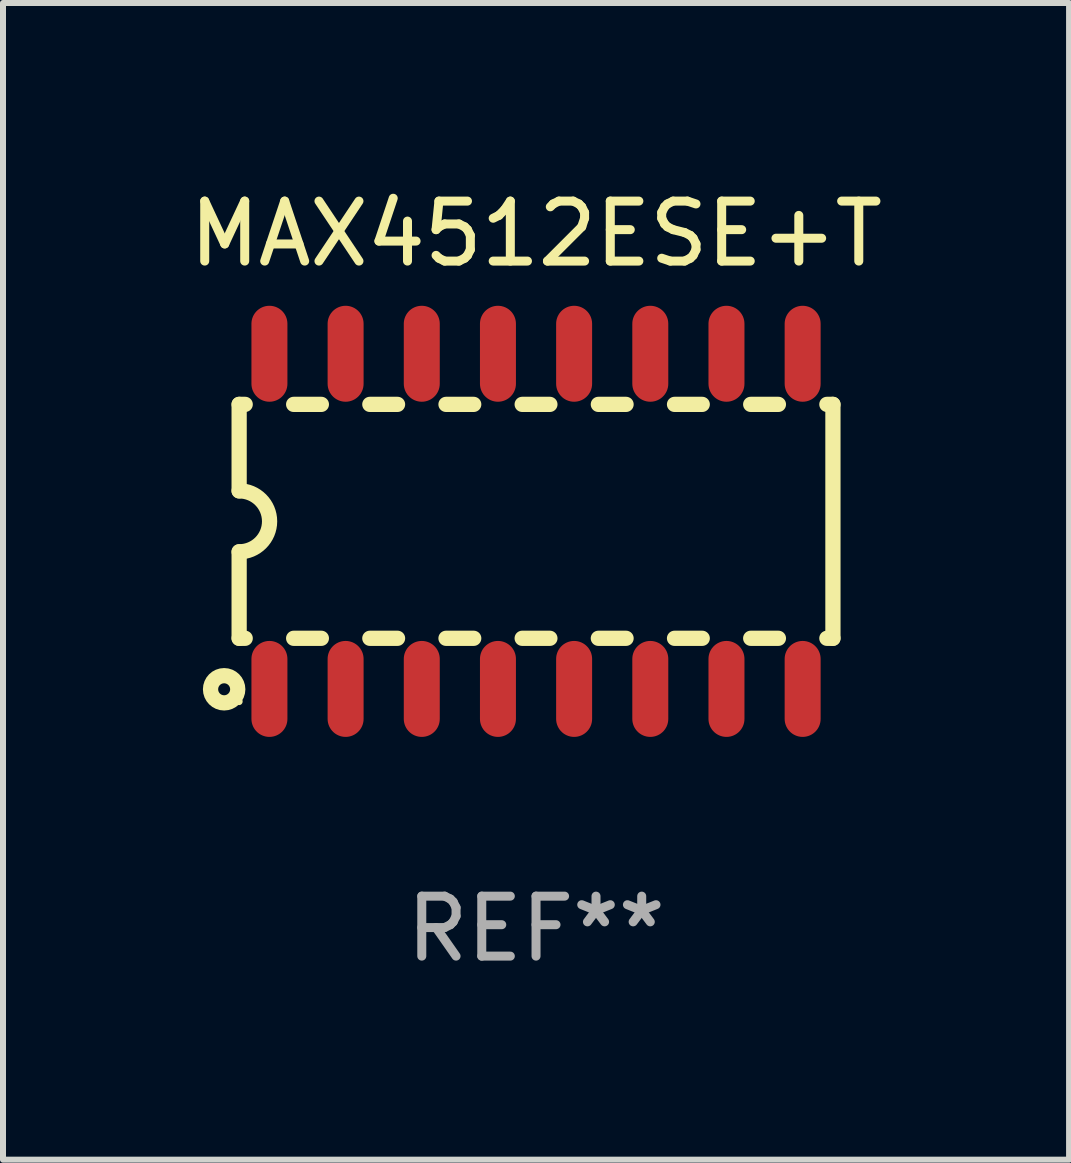
<source format=kicad_pcb>
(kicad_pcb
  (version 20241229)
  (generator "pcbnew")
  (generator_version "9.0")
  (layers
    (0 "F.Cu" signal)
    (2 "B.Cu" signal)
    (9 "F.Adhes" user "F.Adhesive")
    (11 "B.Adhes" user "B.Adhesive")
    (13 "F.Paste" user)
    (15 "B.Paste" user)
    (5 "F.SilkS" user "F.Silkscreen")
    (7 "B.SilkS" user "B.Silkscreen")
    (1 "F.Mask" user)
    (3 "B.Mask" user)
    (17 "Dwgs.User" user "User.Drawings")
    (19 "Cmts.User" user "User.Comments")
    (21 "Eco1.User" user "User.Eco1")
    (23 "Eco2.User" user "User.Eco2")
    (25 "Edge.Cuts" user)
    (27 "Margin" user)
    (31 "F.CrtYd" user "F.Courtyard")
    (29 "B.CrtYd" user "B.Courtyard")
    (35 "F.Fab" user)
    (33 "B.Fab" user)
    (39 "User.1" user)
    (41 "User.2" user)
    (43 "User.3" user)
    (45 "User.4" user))
  (footprint "MAX4512ESE+T"
    (layer "F.Cu")
    (at 5.887 5.642)
    (property "Reference" "MAX4512ESE+T" (at 0 -4.794 0) (layer "F.SilkS") (effects (font (size 1 1) (thickness 0.15))))
    (attr through_hole)
    (fp_line (start -4.95 -1.95) (end -4.95 -0.508) (stroke (width 0.254) (type solid)) (layer "F.SilkS"))
    (fp_line (start -4.95 -1.95) (end -4.849 -1.95) (stroke (width 0.254) (type solid)) (layer "F.SilkS"))
    (fp_line (start -4.95 1.95) (end -4.95 0.508) (stroke (width 0.254) (type solid)) (layer "F.SilkS"))
    (fp_line (start -4.95 1.95) (end -4.849 1.95) (stroke (width 0.254) (type solid)) (layer "F.SilkS"))
    (fp_line (start -4.041 -1.95) (end -3.579 -1.95) (stroke (width 0.254) (type solid)) (layer "F.SilkS"))
    (fp_line (start -4.041 1.95) (end -3.579 1.95) (stroke (width 0.254) (type solid)) (layer "F.SilkS"))
    (fp_line (start -2.771 -1.95) (end -2.309 -1.95) (stroke (width 0.254) (type solid)) (layer "F.SilkS"))
    (fp_line (start -2.771 1.95) (end -2.309 1.95) (stroke (width 0.254) (type solid)) (layer "F.SilkS"))
    (fp_line (start -1.501 -1.95) (end -1.039 -1.95) (stroke (width 0.254) (type solid)) (layer "F.SilkS"))
    (fp_line (start -1.501 1.95) (end -1.039 1.95) (stroke (width 0.254) (type solid)) (layer "F.SilkS"))
    (fp_line (start -0.231 -1.95) (end 0.231 -1.95) (stroke (width 0.254) (type solid)) (layer "F.SilkS"))
    (fp_line (start -0.231 1.95) (end 0.231 1.95) (stroke (width 0.254) (type solid)) (layer "F.SilkS"))
    (fp_line (start 1.039 -1.95) (end 1.501 -1.95) (stroke (width 0.254) (type solid)) (layer "F.SilkS"))
    (fp_line (start 1.039 1.95) (end 1.501 1.95) (stroke (width 0.254) (type solid)) (layer "F.SilkS"))
    (fp_line (start 2.309 -1.95) (end 2.771 -1.95) (stroke (width 0.254) (type solid)) (layer "F.SilkS"))
    (fp_line (start 2.309 1.95) (end 2.771 1.95) (stroke (width 0.254) (type solid)) (layer "F.SilkS"))
    (fp_line (start 3.579 -1.95) (end 4.041 -1.95) (stroke (width 0.254) (type solid)) (layer "F.SilkS"))
    (fp_line (start 3.579 1.95) (end 4.041 1.95) (stroke (width 0.254) (type solid)) (layer "F.SilkS"))
    (fp_line (start 4.849 -1.95) (end 4.95 -1.95) (stroke (width 0.254) (type solid)) (layer "F.SilkS"))
    (fp_line (start 4.849 1.95) (end 4.95 1.95) (stroke (width 0.254) (type solid)) (layer "F.SilkS"))
    (fp_line (start 4.95 -1.95) (end 4.95 1.95) (stroke (width 0.254) (type solid)) (layer "F.SilkS"))
    (fp_arc (start -4.95047 -0.508001) (mid -4.442469 -0.000228) (end -4.950013 0.508001) (stroke (width 0.254001) (type solid)) (layer "F.SilkS"))
    (fp_circle (center -5.2 2.8) (end -5.1 2.8) (stroke (width 0.254) (type solid)) (fill no) (layer "F.SilkS"))
    (fp_circle (center -4.951 3.004) (end -4.921 3.004) (stroke (width 0.06) (type solid)) (fill no) (layer "F.SilkS"))
    (fp_text user "REF**" (at 0 6.794 0) (layer "F.Fab") (effects (font (size 1 1) (thickness 0.15))))
    (pad "1" smd oval (at -4.445 2.794) (size 0.6 1.6) (layers "F.Cu" "F.Mask" "F.Paste"))
    (pad "2" smd oval (at -3.175 2.794) (size 0.6 1.6) (layers "F.Cu" "F.Mask" "F.Paste"))
    (pad "3" smd oval (at -1.905 2.794) (size 0.6 1.6) (layers "F.Cu" "F.Mask" "F.Paste"))
    (pad "4" smd oval (at -0.635 2.794) (size 0.6 1.6) (layers "F.Cu" "F.Mask" "F.Paste"))
    (pad "5" smd oval (at 0.635 2.794) (size 0.6 1.6) (layers "F.Cu" "F.Mask" "F.Paste"))
    (pad "6" smd oval (at 1.905 2.794) (size 0.6 1.6) (layers "F.Cu" "F.Mask" "F.Paste"))
    (pad "7" smd oval (at 3.175 2.794) (size 0.6 1.6) (layers "F.Cu" "F.Mask" "F.Paste"))
    (pad "8" smd oval (at 4.445 2.794) (size 0.6 1.6) (layers "F.Cu" "F.Mask" "F.Paste"))
    (pad "9" smd oval (at 4.445 -2.794) (size 0.6 1.6) (layers "F.Cu" "F.Mask" "F.Paste"))
    (pad "10" smd oval (at 3.175 -2.794) (size 0.6 1.6) (layers "F.Cu" "F.Mask" "F.Paste"))
    (pad "11" smd oval (at 1.905 -2.794) (size 0.6 1.6) (layers "F.Cu" "F.Mask" "F.Paste"))
    (pad "12" smd oval (at 0.635 -2.794) (size 0.6 1.6) (layers "F.Cu" "F.Mask" "F.Paste"))
    (pad "13" smd oval (at -0.635 -2.794) (size 0.6 1.6) (layers "F.Cu" "F.Mask" "F.Paste"))
    (pad "14" smd oval (at -1.905 -2.794) (size 0.6 1.6) (layers "F.Cu" "F.Mask" "F.Paste"))
    (pad "15" smd oval (at -3.175 -2.794) (size 0.6 1.6) (layers "F.Cu" "F.Mask" "F.Paste"))
    (pad "16" smd oval (at -4.445 -2.794) (size 0.6 1.6) (layers "F.Cu" "F.Mask" "F.Paste")))
  (gr_rect
    (start -3 -3)
    (end 14.774 16.285)
    (stroke (width 0.1) (type default))
    (fill no)
    (layer "Edge.Cuts")))
</source>
